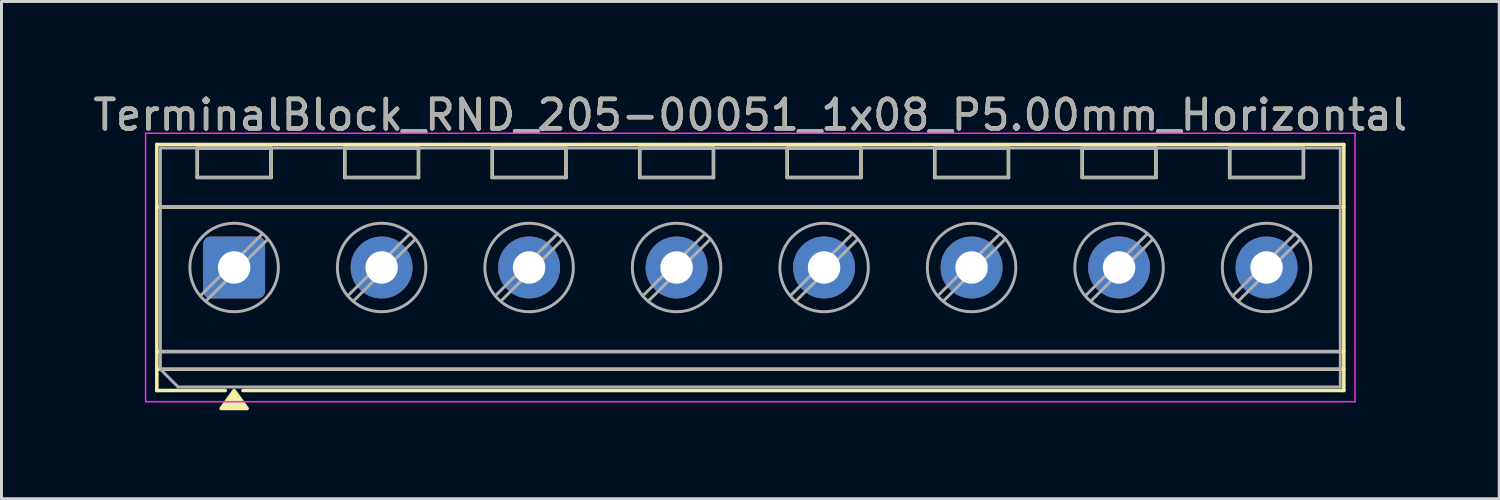
<source format=kicad_pcb>
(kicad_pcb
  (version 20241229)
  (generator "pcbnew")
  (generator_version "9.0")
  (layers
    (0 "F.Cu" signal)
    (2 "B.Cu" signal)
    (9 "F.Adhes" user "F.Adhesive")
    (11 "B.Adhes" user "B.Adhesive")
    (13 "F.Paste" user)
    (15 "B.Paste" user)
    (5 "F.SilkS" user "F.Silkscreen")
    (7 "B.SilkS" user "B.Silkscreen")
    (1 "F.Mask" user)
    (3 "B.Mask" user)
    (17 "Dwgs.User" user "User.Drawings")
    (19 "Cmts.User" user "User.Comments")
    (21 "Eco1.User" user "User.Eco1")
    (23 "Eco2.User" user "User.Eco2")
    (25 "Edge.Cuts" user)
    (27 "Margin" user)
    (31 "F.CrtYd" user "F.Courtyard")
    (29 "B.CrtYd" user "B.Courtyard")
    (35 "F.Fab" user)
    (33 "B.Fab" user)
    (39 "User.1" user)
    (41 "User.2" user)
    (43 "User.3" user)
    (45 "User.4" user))
  (footprint "TerminalBlock_RND_205-00051_1x08_P5.00mm_Horizontal"
    (layer "F.Cu")
    (at 4.887 6.018)
    (property "Reference" "TerminalBlock_RND_205-00051_1x08_P5.00mm_Horizontal" (at 17.5 -5.17 0) (layer "F.SilkS") (effects (font (size 1 1) (thickness 0.15))))
    (attr through_hole)
    (fp_line (start -2.62 -4.17) (end -2.62 4.17) (stroke (width 0.12) (type solid)) (layer "F.SilkS"))
    (fp_line (start -2.62 -4.17) (end 37.62 -4.17) (stroke (width 0.12) (type solid)) (layer "F.SilkS"))
    (fp_line (start -2.62 -2.05) (end 37.62 -2.05) (stroke (width 0.12) (type solid)) (layer "F.SilkS"))
    (fp_line (start -2.62 2.85) (end 37.62 2.85) (stroke (width 0.12) (type solid)) (layer "F.SilkS"))
    (fp_line (start -2.62 3.45) (end 37.62 3.45) (stroke (width 0.12) (type solid)) (layer "F.SilkS"))
    (fp_line (start -2.62 4.17) (end -0.3 4.17) (stroke (width 0.12) (type solid)) (layer "F.SilkS"))
    (fp_line (start -1.25 -4.05) (end -1.25 -3.05) (stroke (width 0.12) (type solid)) (layer "F.SilkS"))
    (fp_line (start -1.25 -4.05) (end 1.25 -4.05) (stroke (width 0.12) (type solid)) (layer "F.SilkS"))
    (fp_line (start -1.25 -3.05) (end 1.25 -3.05) (stroke (width 0.12) (type solid)) (layer "F.SilkS"))
    (fp_line (start 0.3 4.17) (end 37.62 4.17) (stroke (width 0.12) (type solid)) (layer "F.SilkS"))
    (fp_line (start 1.25 -4.05) (end 1.25 -3.05) (stroke (width 0.12) (type solid)) (layer "F.SilkS"))
    (fp_line (start 3.75 -4.05) (end 3.75 -3.05) (stroke (width 0.12) (type solid)) (layer "F.SilkS"))
    (fp_line (start 3.75 -4.05) (end 6.25 -4.05) (stroke (width 0.12) (type solid)) (layer "F.SilkS"))
    (fp_line (start 3.75 -3.05) (end 6.25 -3.05) (stroke (width 0.12) (type solid)) (layer "F.SilkS"))
    (fp_line (start 6.25 -4.05) (end 6.25 -3.05) (stroke (width 0.12) (type solid)) (layer "F.SilkS"))
    (fp_line (start 8.75 -4.05) (end 8.75 -3.05) (stroke (width 0.12) (type solid)) (layer "F.SilkS"))
    (fp_line (start 8.75 -4.05) (end 11.25 -4.05) (stroke (width 0.12) (type solid)) (layer "F.SilkS"))
    (fp_line (start 8.75 -3.05) (end 11.25 -3.05) (stroke (width 0.12) (type solid)) (layer "F.SilkS"))
    (fp_line (start 11.25 -4.05) (end 11.25 -3.05) (stroke (width 0.12) (type solid)) (layer "F.SilkS"))
    (fp_line (start 13.75 -4.05) (end 13.75 -3.05) (stroke (width 0.12) (type solid)) (layer "F.SilkS"))
    (fp_line (start 13.75 -4.05) (end 16.25 -4.05) (stroke (width 0.12) (type solid)) (layer "F.SilkS"))
    (fp_line (start 13.75 -3.05) (end 16.25 -3.05) (stroke (width 0.12) (type solid)) (layer "F.SilkS"))
    (fp_line (start 16.25 -4.05) (end 16.25 -3.05) (stroke (width 0.12) (type solid)) (layer "F.SilkS"))
    (fp_line (start 18.75 -4.05) (end 18.75 -3.05) (stroke (width 0.12) (type solid)) (layer "F.SilkS"))
    (fp_line (start 18.75 -4.05) (end 21.25 -4.05) (stroke (width 0.12) (type solid)) (layer "F.SilkS"))
    (fp_line (start 18.75 -3.05) (end 21.25 -3.05) (stroke (width 0.12) (type solid)) (layer "F.SilkS"))
    (fp_line (start 21.25 -4.05) (end 21.25 -3.05) (stroke (width 0.12) (type solid)) (layer "F.SilkS"))
    (fp_line (start 23.75 -4.05) (end 23.75 -3.05) (stroke (width 0.12) (type solid)) (layer "F.SilkS"))
    (fp_line (start 23.75 -4.05) (end 26.25 -4.05) (stroke (width 0.12) (type solid)) (layer "F.SilkS"))
    (fp_line (start 23.75 -3.05) (end 26.25 -3.05) (stroke (width 0.12) (type solid)) (layer "F.SilkS"))
    (fp_line (start 26.25 -4.05) (end 26.25 -3.05) (stroke (width 0.12) (type solid)) (layer "F.SilkS"))
    (fp_line (start 28.75 -4.05) (end 28.75 -3.05) (stroke (width 0.12) (type solid)) (layer "F.SilkS"))
    (fp_line (start 28.75 -4.05) (end 31.25 -4.05) (stroke (width 0.12) (type solid)) (layer "F.SilkS"))
    (fp_line (start 28.75 -3.05) (end 31.25 -3.05) (stroke (width 0.12) (type solid)) (layer "F.SilkS"))
    (fp_line (start 31.25 -4.05) (end 31.25 -3.05) (stroke (width 0.12) (type solid)) (layer "F.SilkS"))
    (fp_line (start 33.75 -4.05) (end 33.75 -3.05) (stroke (width 0.12) (type solid)) (layer "F.SilkS"))
    (fp_line (start 33.75 -4.05) (end 36.25 -4.05) (stroke (width 0.12) (type solid)) (layer "F.SilkS"))
    (fp_line (start 33.75 -3.05) (end 36.25 -3.05) (stroke (width 0.12) (type solid)) (layer "F.SilkS"))
    (fp_line (start 36.25 -4.05) (end 36.25 -3.05) (stroke (width 0.12) (type solid)) (layer "F.SilkS"))
    (fp_line (start 37.62 -4.17) (end 37.62 4.17) (stroke (width 0.12) (type solid)) (layer "F.SilkS"))
    (fp_poly (pts (xy 0 4.17) (xy 0.44 4.78) (xy -0.44 4.78)) (stroke (width 0.12) (type solid)) (fill yes) (layer "F.SilkS"))
    (fp_line (start -3 -4.55) (end -3 4.55) (stroke (width 0.05) (type solid)) (layer "F.CrtYd"))
    (fp_line (start -3 4.55) (end 38 4.55) (stroke (width 0.05) (type solid)) (layer "F.CrtYd"))
    (fp_line (start 38 -4.55) (end -3 -4.55) (stroke (width 0.05) (type solid)) (layer "F.CrtYd"))
    (fp_line (start 38 4.55) (end 38 -4.55) (stroke (width 0.05) (type solid)) (layer "F.CrtYd"))
    (fp_line (start -2.5 -4.05) (end 37.5 -4.05) (stroke (width 0.1) (type solid)) (layer "F.Fab"))
    (fp_line (start -2.5 -2.05) (end 37.5 -2.05) (stroke (width 0.1) (type solid)) (layer "F.Fab"))
    (fp_line (start -2.5 2.85) (end 37.5 2.85) (stroke (width 0.1) (type solid)) (layer "F.Fab"))
    (fp_line (start -2.5 3.45) (end -2.5 -4.05) (stroke (width 0.1) (type solid)) (layer "F.Fab"))
    (fp_line (start -2.5 3.45) (end 37.5 3.45) (stroke (width 0.1) (type solid)) (layer "F.Fab"))
    (fp_line (start -1.9 4.05) (end -2.5 3.45) (stroke (width 0.1) (type solid)) (layer "F.Fab"))
    (fp_line (start -1.25 -4.05) (end -1.25 -3.05) (stroke (width 0.1) (type solid)) (layer "F.Fab"))
    (fp_line (start -1.25 -3.05) (end 1.25 -3.05) (stroke (width 0.1) (type solid)) (layer "F.Fab"))
    (fp_line (start 0.955 -1.138) (end -1.138 0.954) (stroke (width 0.1) (type solid)) (layer "F.Fab"))
    (fp_line (start 1.138 -0.954) (end -0.955 1.137) (stroke (width 0.1) (type solid)) (layer "F.Fab"))
    (fp_line (start 1.25 -4.05) (end -1.25 -4.05) (stroke (width 0.1) (type solid)) (layer "F.Fab"))
    (fp_line (start 1.25 -3.05) (end 1.25 -4.05) (stroke (width 0.1) (type solid)) (layer "F.Fab"))
    (fp_line (start 3.75 -4.05) (end 3.75 -3.05) (stroke (width 0.1) (type solid)) (layer "F.Fab"))
    (fp_line (start 3.75 -3.05) (end 6.25 -3.05) (stroke (width 0.1) (type solid)) (layer "F.Fab"))
    (fp_line (start 5.955 -1.138) (end 3.862 0.954) (stroke (width 0.1) (type solid)) (layer "F.Fab"))
    (fp_line (start 6.138 -0.954) (end 4.045 1.137) (stroke (width 0.1) (type solid)) (layer "F.Fab"))
    (fp_line (start 6.25 -4.05) (end 3.75 -4.05) (stroke (width 0.1) (type solid)) (layer "F.Fab"))
    (fp_line (start 6.25 -3.05) (end 6.25 -4.05) (stroke (width 0.1) (type solid)) (layer "F.Fab"))
    (fp_line (start 8.75 -4.05) (end 8.75 -3.05) (stroke (width 0.1) (type solid)) (layer "F.Fab"))
    (fp_line (start 8.75 -3.05) (end 11.25 -3.05) (stroke (width 0.1) (type solid)) (layer "F.Fab"))
    (fp_line (start 10.955 -1.138) (end 8.862 0.954) (stroke (width 0.1) (type solid)) (layer "F.Fab"))
    (fp_line (start 11.138 -0.954) (end 9.045 1.137) (stroke (width 0.1) (type solid)) (layer "F.Fab"))
    (fp_line (start 11.25 -4.05) (end 8.75 -4.05) (stroke (width 0.1) (type solid)) (layer "F.Fab"))
    (fp_line (start 11.25 -3.05) (end 11.25 -4.05) (stroke (width 0.1) (type solid)) (layer "F.Fab"))
    (fp_line (start 13.75 -4.05) (end 13.75 -3.05) (stroke (width 0.1) (type solid)) (layer "F.Fab"))
    (fp_line (start 13.75 -3.05) (end 16.25 -3.05) (stroke (width 0.1) (type solid)) (layer "F.Fab"))
    (fp_line (start 15.955 -1.138) (end 13.862 0.954) (stroke (width 0.1) (type solid)) (layer "F.Fab"))
    (fp_line (start 16.138 -0.954) (end 14.045 1.137) (stroke (width 0.1) (type solid)) (layer "F.Fab"))
    (fp_line (start 16.25 -4.05) (end 13.75 -4.05) (stroke (width 0.1) (type solid)) (layer "F.Fab"))
    (fp_line (start 16.25 -3.05) (end 16.25 -4.05) (stroke (width 0.1) (type solid)) (layer "F.Fab"))
    (fp_line (start 18.75 -4.05) (end 18.75 -3.05) (stroke (width 0.1) (type solid)) (layer "F.Fab"))
    (fp_line (start 18.75 -3.05) (end 21.25 -3.05) (stroke (width 0.1) (type solid)) (layer "F.Fab"))
    (fp_line (start 20.955 -1.138) (end 18.862 0.954) (stroke (width 0.1) (type solid)) (layer "F.Fab"))
    (fp_line (start 21.138 -0.954) (end 19.045 1.137) (stroke (width 0.1) (type solid)) (layer "F.Fab"))
    (fp_line (start 21.25 -4.05) (end 18.75 -4.05) (stroke (width 0.1) (type solid)) (layer "F.Fab"))
    (fp_line (start 21.25 -3.05) (end 21.25 -4.05) (stroke (width 0.1) (type solid)) (layer "F.Fab"))
    (fp_line (start 23.75 -4.05) (end 23.75 -3.05) (stroke (width 0.1) (type solid)) (layer "F.Fab"))
    (fp_line (start 23.75 -3.05) (end 26.25 -3.05) (stroke (width 0.1) (type solid)) (layer "F.Fab"))
    (fp_line (start 25.955 -1.138) (end 23.862 0.954) (stroke (width 0.1) (type solid)) (layer "F.Fab"))
    (fp_line (start 26.138 -0.954) (end 24.045 1.137) (stroke (width 0.1) (type solid)) (layer "F.Fab"))
    (fp_line (start 26.25 -4.05) (end 23.75 -4.05) (stroke (width 0.1) (type solid)) (layer "F.Fab"))
    (fp_line (start 26.25 -3.05) (end 26.25 -4.05) (stroke (width 0.1) (type solid)) (layer "F.Fab"))
    (fp_line (start 28.75 -4.05) (end 28.75 -3.05) (stroke (width 0.1) (type solid)) (layer "F.Fab"))
    (fp_line (start 28.75 -3.05) (end 31.25 -3.05) (stroke (width 0.1) (type solid)) (layer "F.Fab"))
    (fp_line (start 30.955 -1.138) (end 28.862 0.954) (stroke (width 0.1) (type solid)) (layer "F.Fab"))
    (fp_line (start 31.138 -0.954) (end 29.045 1.137) (stroke (width 0.1) (type solid)) (layer "F.Fab"))
    (fp_line (start 31.25 -4.05) (end 28.75 -4.05) (stroke (width 0.1) (type solid)) (layer "F.Fab"))
    (fp_line (start 31.25 -3.05) (end 31.25 -4.05) (stroke (width 0.1) (type solid)) (layer "F.Fab"))
    (fp_line (start 33.75 -4.05) (end 33.75 -3.05) (stroke (width 0.1) (type solid)) (layer "F.Fab"))
    (fp_line (start 33.75 -3.05) (end 36.25 -3.05) (stroke (width 0.1) (type solid)) (layer "F.Fab"))
    (fp_line (start 35.955 -1.138) (end 33.862 0.954) (stroke (width 0.1) (type solid)) (layer "F.Fab"))
    (fp_line (start 36.138 -0.954) (end 34.045 1.137) (stroke (width 0.1) (type solid)) (layer "F.Fab"))
    (fp_line (start 36.25 -4.05) (end 33.75 -4.05) (stroke (width 0.1) (type solid)) (layer "F.Fab"))
    (fp_line (start 36.25 -3.05) (end 36.25 -4.05) (stroke (width 0.1) (type solid)) (layer "F.Fab"))
    (fp_line (start 37.5 -4.05) (end 37.5 4.05) (stroke (width 0.1) (type solid)) (layer "F.Fab"))
    (fp_line (start 37.5 4.05) (end -1.9 4.05) (stroke (width 0.1) (type solid)) (layer "F.Fab"))
    (fp_circle (center 0 0) (end 1.5 0) (stroke (width 0.1) (type solid)) (fill no) (layer "F.Fab"))
    (fp_circle (center 5 0) (end 6.5 0) (stroke (width 0.1) (type solid)) (fill no) (layer "F.Fab"))
    (fp_circle (center 10 0) (end 11.5 0) (stroke (width 0.1) (type solid)) (fill no) (layer "F.Fab"))
    (fp_circle (center 15 0) (end 16.5 0) (stroke (width 0.1) (type solid)) (fill no) (layer "F.Fab"))
    (fp_circle (center 20 0) (end 21.5 0) (stroke (width 0.1) (type solid)) (fill no) (layer "F.Fab"))
    (fp_circle (center 25 0) (end 26.5 0) (stroke (width 0.1) (type solid)) (fill no) (layer "F.Fab"))
    (fp_circle (center 30 0) (end 31.5 0) (stroke (width 0.1) (type solid)) (fill no) (layer "F.Fab"))
    (fp_circle (center 35 0) (end 36.5 0) (stroke (width 0.1) (type solid)) (fill no) (layer "F.Fab"))
    (fp_text user "${REFERENCE}" (at 17.5 -5.17 0) (layer "F.Fab") (effects (font (size 1 1) (thickness 0.15))))
    (pad "1" thru_hole roundrect (at 0 0) (size 2.1 2.1) (drill 1.1) (layers "*.Cu" "*.Mask") (roundrect_rratio 0.119))
    (pad "2" thru_hole circle (at 5 0) (size 2.1 2.1) (drill 1.1) (layers "*.Cu" "*.Mask"))
    (pad "3" thru_hole circle (at 10 0) (size 2.1 2.1) (drill 1.1) (layers "*.Cu" "*.Mask"))
    (pad "4" thru_hole circle (at 15 0) (size 2.1 2.1) (drill 1.1) (layers "*.Cu" "*.Mask"))
    (pad "5" thru_hole circle (at 20 0) (size 2.1 2.1) (drill 1.1) (layers "*.Cu" "*.Mask"))
    (pad "6" thru_hole circle (at 25 0) (size 2.1 2.1) (drill 1.1) (layers "*.Cu" "*.Mask"))
    (pad "7" thru_hole circle (at 30 0) (size 2.1 2.1) (drill 1.1) (layers "*.Cu" "*.Mask"))
    (pad "8" thru_hole circle (at 35 0) (size 2.1 2.1) (drill 1.1) (layers "*.Cu" "*.Mask")))
  (gr_rect
    (start -3 -3)
    (end 47.774 13.858)
    (stroke (width 0.1) (type default))
    (fill no)
    (layer "Edge.Cuts")))
</source>
